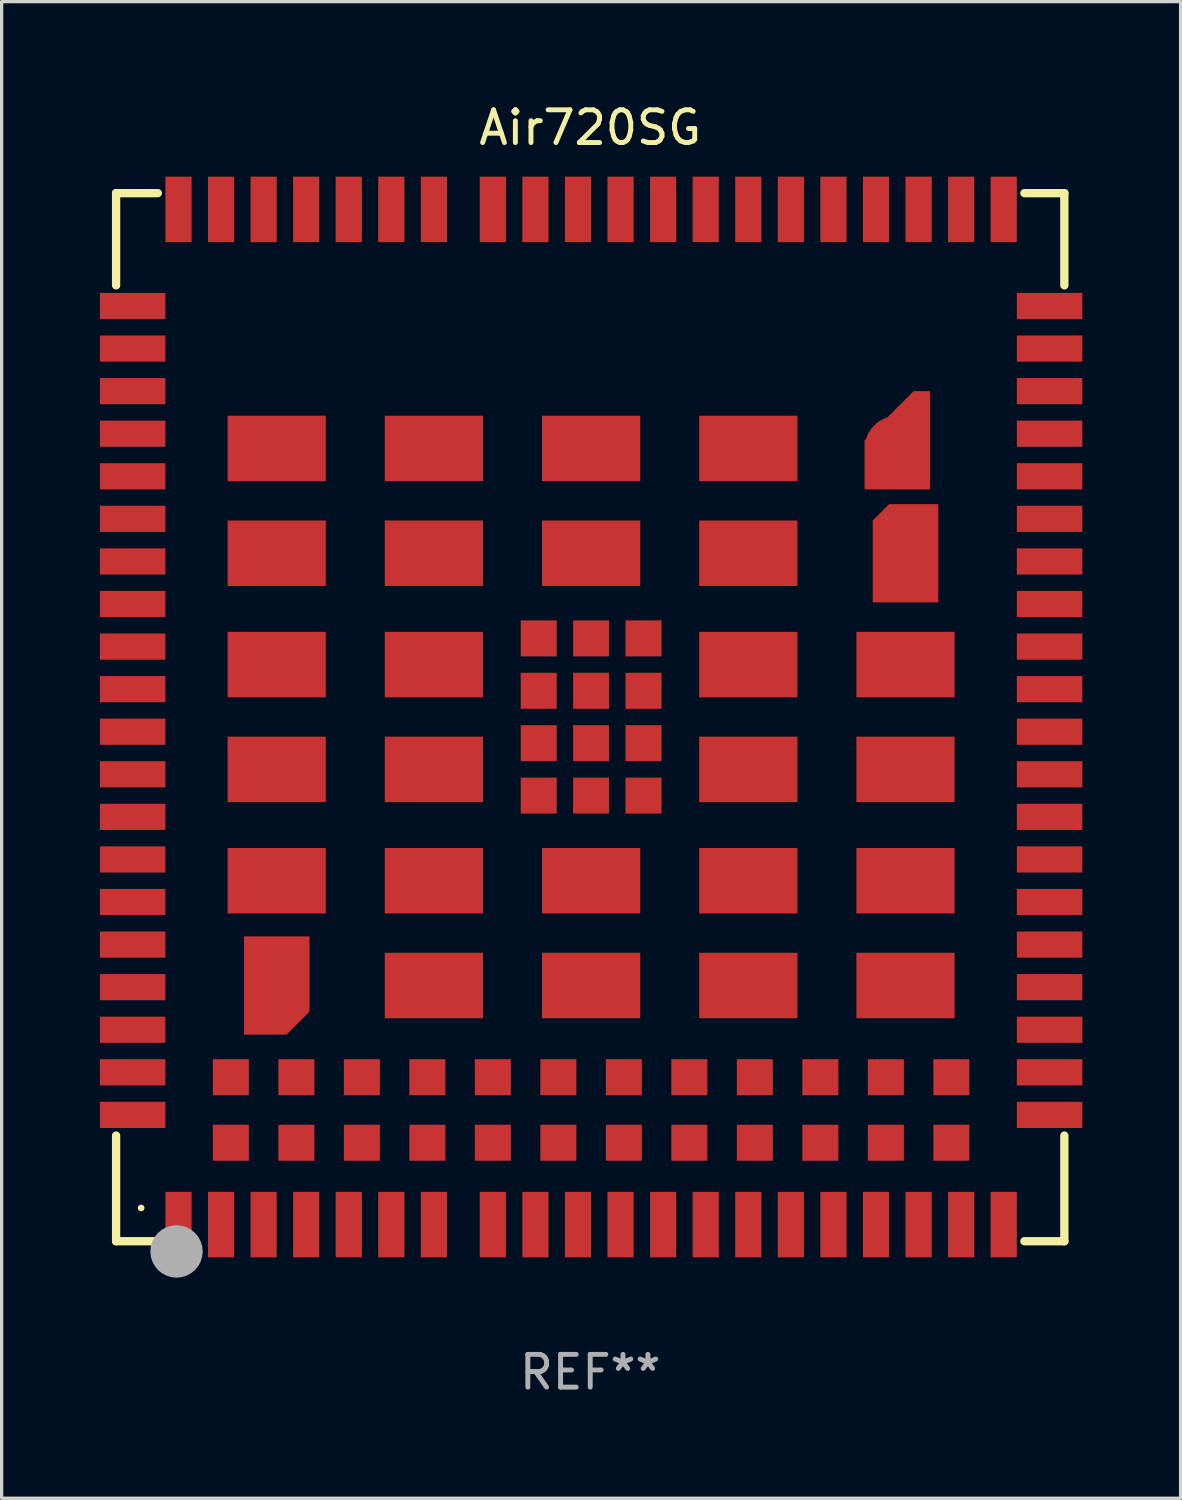
<source format=kicad_pcb>
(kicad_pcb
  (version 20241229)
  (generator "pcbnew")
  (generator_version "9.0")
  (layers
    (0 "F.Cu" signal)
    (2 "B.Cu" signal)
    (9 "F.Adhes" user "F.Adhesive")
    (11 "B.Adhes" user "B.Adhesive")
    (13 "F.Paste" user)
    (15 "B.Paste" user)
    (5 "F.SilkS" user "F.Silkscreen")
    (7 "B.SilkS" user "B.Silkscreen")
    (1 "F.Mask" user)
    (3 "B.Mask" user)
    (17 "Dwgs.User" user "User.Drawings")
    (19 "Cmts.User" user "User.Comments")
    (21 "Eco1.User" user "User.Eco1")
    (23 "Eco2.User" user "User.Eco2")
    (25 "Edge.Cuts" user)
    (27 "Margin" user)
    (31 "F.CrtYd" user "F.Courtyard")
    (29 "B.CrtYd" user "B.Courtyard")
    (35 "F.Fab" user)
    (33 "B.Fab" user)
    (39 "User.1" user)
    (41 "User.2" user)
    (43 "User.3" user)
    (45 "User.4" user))
  (footprint "Air720SG"
    (layer "F.Cu")
    (at 14.973 18.85)
    (property "Reference" "Air720SG" (at 0 -18.002 0) (layer "F.SilkS") (effects (font (size 1 1) (thickness 0.15))))
    (attr through_hole)
    (fp_line (start -14.478 -16.002) (end -13.204 -16.002) (stroke (width 0.254) (type solid)) (layer "F.SilkS"))
    (fp_line (start -14.478 -13.187) (end -14.478 -16.002) (stroke (width 0.254) (type solid)) (layer "F.SilkS"))
    (fp_line (start -14.478 16.002) (end -14.478 12.775) (stroke (width 0.254) (type solid)) (layer "F.SilkS"))
    (fp_line (start -13.204 16.002) (end -14.478 16.002) (stroke (width 0.254) (type solid)) (layer "F.SilkS"))
    (fp_line (start 13.258 -16.002) (end 14.478 -16.002) (stroke (width 0.254) (type solid)) (layer "F.SilkS"))
    (fp_line (start 14.478 -16.002) (end 14.478 -13.187) (stroke (width 0.254) (type solid)) (layer "F.SilkS"))
    (fp_line (start 14.478 12.775) (end 14.478 16.002) (stroke (width 0.254) (type solid)) (layer "F.SilkS"))
    (fp_line (start 14.478 16.002) (end 13.258 16.002) (stroke (width 0.254) (type solid)) (layer "F.SilkS"))
    (fp_arc (start -13.716027 14.986055) (mid -13.713221 14.98604) (end -13.710414 14.986055) (stroke (width 0.199898) (type solid)) (layer "F.SilkS"))
    (fp_circle (center -14.473 15.994) (end -14.443 15.994) (stroke (width 0.06) (type solid)) (fill no) (layer "F.SilkS"))
    (fp_circle (center -12.633 16.314) (end -12.233 16.314) (stroke (width 0.8) (type solid)) (fill no) (layer "F.Fab"))
    (fp_text user "REF**" (at 0 20.002 0) (layer "F.Fab") (effects (font (size 1 1) (thickness 0.15))))
    (pad "1" smd rect (at -12.573 15.494 90) (size 2 0.8) (layers "F.Cu" "F.Mask" "F.Paste"))
    (pad "2" smd rect (at -11.273 15.494 90) (size 2 0.8) (layers "F.Cu" "F.Mask" "F.Paste"))
    (pad "3" smd rect (at -9.973 15.494 90) (size 2 0.8) (layers "F.Cu" "F.Mask" "F.Paste"))
    (pad "4" smd rect (at -8.673 15.494 90) (size 2 0.8) (layers "F.Cu" "F.Mask" "F.Paste"))
    (pad "5" smd rect (at -7.373 15.494 90) (size 2 0.8) (layers "F.Cu" "F.Mask" "F.Paste"))
    (pad "6" smd rect (at -6.073 15.494 90) (size 2 0.8) (layers "F.Cu" "F.Mask" "F.Paste"))
    (pad "7" smd rect (at -4.773 15.494 90) (size 2 0.8) (layers "F.Cu" "F.Mask" "F.Paste"))
    (pad "8" smd rect (at -0.373 15.494 90) (size 2 0.8) (layers "F.Cu" "F.Mask" "F.Paste"))
    (pad "9" smd rect (at 0.927 15.494 90) (size 2 0.8) (layers "F.Cu" "F.Mask" "F.Paste"))
    (pad "10" smd rect (at 2.227 15.494 90) (size 2 0.8) (layers "F.Cu" "F.Mask" "F.Paste"))
    (pad "11" smd rect (at 3.527 15.494 90) (size 2 0.8) (layers "F.Cu" "F.Mask" "F.Paste"))
    (pad "12" smd rect (at 4.827 15.494 90) (size 2 0.8) (layers "F.Cu" "F.Mask" "F.Paste"))
    (pad "13" smd rect (at 6.127 15.494 90) (size 2 0.8) (layers "F.Cu" "F.Mask" "F.Paste"))
    (pad "14" smd rect (at 7.427 15.494 90) (size 2 0.8) (layers "F.Cu" "F.Mask" "F.Paste"))
    (pad "15" smd rect (at 8.727 15.494 90) (size 2 0.8) (layers "F.Cu" "F.Mask" "F.Paste"))
    (pad "16" smd rect (at 10.027 15.494 90) (size 2 0.8) (layers "F.Cu" "F.Mask" "F.Paste"))
    (pad "17" smd rect (at 11.327 15.494 90) (size 2 0.8) (layers "F.Cu" "F.Mask" "F.Paste"))
    (pad "18" smd rect (at 12.627 15.494 90) (size 2 0.8) (layers "F.Cu" "F.Mask" "F.Paste"))
    (pad "19" smd rect (at 14.027 9.544 180) (size 2 0.8) (layers "F.Cu" "F.Mask" "F.Paste"))
    (pad "20" smd rect (at 14.027 8.244 180) (size 2 0.8) (layers "F.Cu" "F.Mask" "F.Paste"))
    (pad "21" smd rect (at 14.027 6.944 180) (size 2 0.8) (layers "F.Cu" "F.Mask" "F.Paste"))
    (pad "22" smd rect (at 14.027 5.644 180) (size 2 0.8) (layers "F.Cu" "F.Mask" "F.Paste"))
    (pad "23" smd rect (at 14.027 4.344 180) (size 2 0.8) (layers "F.Cu" "F.Mask" "F.Paste"))
    (pad "24" smd rect (at 14.027 3.044 180) (size 2 0.8) (layers "F.Cu" "F.Mask" "F.Paste"))
    (pad "25" smd rect (at 14.027 1.744 180) (size 2 0.8) (layers "F.Cu" "F.Mask" "F.Paste"))
    (pad "26" smd rect (at 14.027 0.444 180) (size 2 0.8) (layers "F.Cu" "F.Mask" "F.Paste"))
    (pad "27" smd rect (at 14.027 -0.856 180) (size 2 0.8) (layers "F.Cu" "F.Mask" "F.Paste"))
    (pad "28" smd rect (at 14.027 -2.156 180) (size 2 0.8) (layers "F.Cu" "F.Mask" "F.Paste"))
    (pad "29" smd rect (at 14.027 -3.456 180) (size 2 0.8) (layers "F.Cu" "F.Mask" "F.Paste"))
    (pad "30" smd rect (at 14.027 -4.756 180) (size 2 0.8) (layers "F.Cu" "F.Mask" "F.Paste"))
    (pad "31" smd rect (at 14.027 -6.056 180) (size 2 0.8) (layers "F.Cu" "F.Mask" "F.Paste"))
    (pad "32" smd rect (at 14.027 -7.356 180) (size 2 0.8) (layers "F.Cu" "F.Mask" "F.Paste"))
    (pad "33" smd rect (at 14.027 -8.656 180) (size 2 0.8) (layers "F.Cu" "F.Mask" "F.Paste"))
    (pad "34" smd rect (at 14.027 -9.956 180) (size 2 0.8) (layers "F.Cu" "F.Mask" "F.Paste"))
    (pad "35" smd rect (at 14.027 -11.256 180) (size 2 0.8) (layers "F.Cu" "F.Mask" "F.Paste"))
    (pad "36" smd rect (at 14.027 -12.556 180) (size 2 0.8) (layers "F.Cu" "F.Mask" "F.Paste"))
    (pad "37" smd rect (at 12.627 -15.506 90) (size 2 0.8) (layers "F.Cu" "F.Mask" "F.Paste"))
    (pad "38" smd rect (at 11.327 -15.506 90) (size 2 0.8) (layers "F.Cu" "F.Mask" "F.Paste"))
    (pad "39" smd rect (at 10.027 -15.506 90) (size 2 0.8) (layers "F.Cu" "F.Mask" "F.Paste"))
    (pad "40" smd rect (at 8.727 -15.506 90) (size 2 0.8) (layers "F.Cu" "F.Mask" "F.Paste"))
    (pad "41" smd rect (at 7.427 -15.506 90) (size 2 0.8) (layers "F.Cu" "F.Mask" "F.Paste"))
    (pad "42" smd rect (at 6.127 -15.506 90) (size 2 0.8) (layers "F.Cu" "F.Mask" "F.Paste"))
    (pad "43" smd rect (at 4.827 -15.506 90) (size 2 0.8) (layers "F.Cu" "F.Mask" "F.Paste"))
    (pad "44" smd rect (at 3.527 -15.506 90) (size 2 0.8) (layers "F.Cu" "F.Mask" "F.Paste"))
    (pad "45" smd rect (at 2.227 -15.506 90) (size 2 0.8) (layers "F.Cu" "F.Mask" "F.Paste"))
    (pad "46" smd rect (at 0.927 -15.506 90) (size 2 0.8) (layers "F.Cu" "F.Mask" "F.Paste"))
    (pad "47" smd rect (at -0.373 -15.506 90) (size 2 0.8) (layers "F.Cu" "F.Mask" "F.Paste"))
    (pad "48" smd rect (at -4.773 -15.506 90) (size 2 0.8) (layers "F.Cu" "F.Mask" "F.Paste"))
    (pad "49" smd rect (at -6.073 -15.506 90) (size 2 0.8) (layers "F.Cu" "F.Mask" "F.Paste"))
    (pad "50" smd rect (at -7.373 -15.506 90) (size 2 0.8) (layers "F.Cu" "F.Mask" "F.Paste"))
    (pad "51" smd rect (at -8.673 -15.506 90) (size 2 0.8) (layers "F.Cu" "F.Mask" "F.Paste"))
    (pad "52" smd rect (at -9.973 -15.506 90) (size 2 0.8) (layers "F.Cu" "F.Mask" "F.Paste"))
    (pad "53" smd rect (at -11.273 -15.506 90) (size 2 0.8) (layers "F.Cu" "F.Mask" "F.Paste"))
    (pad "54" smd rect (at -12.573 -15.506 90) (size 2 0.8) (layers "F.Cu" "F.Mask" "F.Paste"))
    (pad "55" smd rect (at -13.973 -12.556 180) (size 2 0.8) (layers "F.Cu" "F.Mask" "F.Paste"))
    (pad "56" smd rect (at -13.973 -11.256 180) (size 2 0.8) (layers "F.Cu" "F.Mask" "F.Paste"))
    (pad "57" smd rect (at -13.973 -9.956 180) (size 2 0.8) (layers "F.Cu" "F.Mask" "F.Paste"))
    (pad "58" smd rect (at -13.973 -8.656 180) (size 2 0.8) (layers "F.Cu" "F.Mask" "F.Paste"))
    (pad "59" smd rect (at -13.973 -7.356 180) (size 2 0.8) (layers "F.Cu" "F.Mask" "F.Paste"))
    (pad "60" smd rect (at -13.973 -6.056 180) (size 2 0.8) (layers "F.Cu" "F.Mask" "F.Paste"))
    (pad "61" smd rect (at -13.973 -4.756 180) (size 2 0.8) (layers "F.Cu" "F.Mask" "F.Paste"))
    (pad "62" smd rect (at -13.973 -3.456 180) (size 2 0.8) (layers "F.Cu" "F.Mask" "F.Paste"))
    (pad "63" smd rect (at -13.973 -2.156 180) (size 2 0.8) (layers "F.Cu" "F.Mask" "F.Paste"))
    (pad "64" smd rect (at -13.973 -0.856 180) (size 2 0.8) (layers "F.Cu" "F.Mask" "F.Paste"))
    (pad "65" smd rect (at -13.973 0.444 180) (size 2 0.8) (layers "F.Cu" "F.Mask" "F.Paste"))
    (pad "66" smd rect (at -13.973 1.744 180) (size 2 0.8) (layers "F.Cu" "F.Mask" "F.Paste"))
    (pad "67" smd rect (at -13.973 3.044 180) (size 2 0.8) (layers "F.Cu" "F.Mask" "F.Paste"))
    (pad "68" smd rect (at -13.973 4.344 180) (size 2 0.8) (layers "F.Cu" "F.Mask" "F.Paste"))
    (pad "69" smd rect (at -13.973 5.644 180) (size 2 0.8) (layers "F.Cu" "F.Mask" "F.Paste"))
    (pad "70" smd rect (at -13.973 6.944 180) (size 2 0.8) (layers "F.Cu" "F.Mask" "F.Paste"))
    (pad "71" smd rect (at -13.973 8.244 180) (size 2 0.8) (layers "F.Cu" "F.Mask" "F.Paste"))
    (pad "72" smd rect (at -13.973 9.544 180) (size 2 0.8) (layers "F.Cu" "F.Mask" "F.Paste"))
    (pad "73" smd rect (at -1.573 -2.406 90) (size 1.1 1.1) (layers "F.Cu" "F.Mask" "F.Paste"))
    (pad "74" smd rect (at 0.027 -2.406 90) (size 1.1 1.1) (layers "F.Cu" "F.Mask" "F.Paste"))
    (pad "75" smd rect (at 1.627 -2.406 90) (size 1.1 1.1) (layers "F.Cu" "F.Mask" "F.Paste"))
    (pad "76" smd rect (at -1.573 -0.806 90) (size 1.1 1.1) (layers "F.Cu" "F.Mask" "F.Paste"))
    (pad "77" smd rect (at 0.027 -0.806 90) (size 1.1 1.1) (layers "F.Cu" "F.Mask" "F.Paste"))
    (pad "78" smd rect (at 1.627 -0.806 90) (size 1.1 1.1) (layers "F.Cu" "F.Mask" "F.Paste"))
    (pad "79" smd rect (at -1.573 0.794 90) (size 1.1 1.1) (layers "F.Cu" "F.Mask" "F.Paste"))
    (pad "80" smd rect (at 0.027 0.794 90) (size 1.1 1.1) (layers "F.Cu" "F.Mask" "F.Paste"))
    (pad "81" smd rect (at 1.627 0.794 90) (size 1.1 1.1) (layers "F.Cu" "F.Mask" "F.Paste"))
    (pad "82" smd rect (at -1.573 2.394 90) (size 1.1 1.1) (layers "F.Cu" "F.Mask" "F.Paste"))
    (pad "83" smd rect (at 0.027 2.394 90) (size 1.1 1.1) (layers "F.Cu" "F.Mask" "F.Paste"))
    (pad "84" smd rect (at 1.627 2.394 90) (size 1.1 1.1) (layers "F.Cu" "F.Mask" "F.Paste"))
    (pad "85" smd rect (at -9.573 -8.206 180) (size 3 2) (layers "F.Cu" "F.Mask" "F.Paste"))
    (pad "86" smd rect (at -4.773 -8.206 180) (size 3 2) (layers "F.Cu" "F.Mask" "F.Paste"))
    (pad "87" smd rect (at 0.027 -8.206 180) (size 3 2) (layers "F.Cu" "F.Mask" "F.Paste"))
    (pad "88" smd rect (at 4.827 -8.206 180) (size 3 2) (layers "F.Cu" "F.Mask" "F.Paste"))
    (pad "89" smd custom (at 9.377 -8.206 90) (size 2 3) (layers "F.Cu" "F.Mask" "F.Paste") (options (anchor circle)) (primitives (gr_poly (pts (xy -1.25 1) (xy -1.25 -1) (xy 0.25 -1) (xy 1.75 0.5) (xy 1.75 1)) (width 0) (fill yes))))
    (pad "90" smd rect (at -9.573 -5.006 180) (size 3 2) (layers "F.Cu" "F.Mask" "F.Paste"))
    (pad "91" smd rect (at -4.773 -5.006 180) (size 3 2) (layers "F.Cu" "F.Mask" "F.Paste"))
    (pad "92" smd rect (at 0.027 -5.006 180) (size 3 2) (layers "F.Cu" "F.Mask" "F.Paste"))
    (pad "93" smd rect (at 4.827 -5.006 180) (size 3 2) (layers "F.Cu" "F.Mask" "F.Paste"))
    (pad "94" smd custom (at 9.627 -5.006 90) (size 2 3) (layers "F.Cu" "F.Mask" "F.Paste") (options (anchor circle)) (primitives (gr_poly (pts (xy -1.5 1) (xy -1.5 -1) (xy 1 -1) (xy 1.5 -0.5) (xy 1.5 1)) (width 0) (fill yes))))
    (pad "95" smd rect (at -9.573 -1.606 180) (size 3 2) (layers "F.Cu" "F.Mask" "F.Paste"))
    (pad "96" smd rect (at -4.773 -1.606 180) (size 3 2) (layers "F.Cu" "F.Mask" "F.Paste"))
    (pad "97" smd rect (at 4.827 -1.606 180) (size 3 2) (layers "F.Cu" "F.Mask" "F.Paste"))
    (pad "98" smd rect (at 9.627 -1.606 180) (size 3 2) (layers "F.Cu" "F.Mask" "F.Paste"))
    (pad "99" smd rect (at -9.573 1.594 180) (size 3 2) (layers "F.Cu" "F.Mask" "F.Paste"))
    (pad "100" smd rect (at -4.773 1.594 180) (size 3 2) (layers "F.Cu" "F.Mask" "F.Paste"))
    (pad "101" smd rect (at 4.827 1.594 180) (size 3 2) (layers "F.Cu" "F.Mask" "F.Paste"))
    (pad "102" smd rect (at 9.627 1.594 180) (size 3 2) (layers "F.Cu" "F.Mask" "F.Paste"))
    (pad "103" smd rect (at -9.573 4.994 180) (size 3 2) (layers "F.Cu" "F.Mask" "F.Paste"))
    (pad "104" smd rect (at -4.773 4.994 180) (size 3 2) (layers "F.Cu" "F.Mask" "F.Paste"))
    (pad "105" smd rect (at 0.027 4.994 180) (size 3 2) (layers "F.Cu" "F.Mask" "F.Paste"))
    (pad "106" smd rect (at 4.827 4.994 180) (size 3 2) (layers "F.Cu" "F.Mask" "F.Paste"))
    (pad "107" smd rect (at 9.627 4.994 180) (size 3 2) (layers "F.Cu" "F.Mask" "F.Paste"))
    (pad "108" smd custom (at -9.573 8.194 90) (size 2 3) (layers "F.Cu" "F.Mask" "F.Paste") (options (anchor circle)) (primitives (gr_poly (pts (xy -1.5 0.3) (xy -0.8 1) (xy 1.5 1) (xy 1.5 -1) (xy -1.5 -1)) (width 0) (fill yes))))
    (pad "109" smd rect (at -4.773 8.194 180) (size 3 2) (layers "F.Cu" "F.Mask" "F.Paste"))
    (pad "110" smd rect (at 0.027 8.194 180) (size 3 2) (layers "F.Cu" "F.Mask" "F.Paste"))
    (pad "111" smd rect (at 4.827 8.194 180) (size 3 2) (layers "F.Cu" "F.Mask" "F.Paste"))
    (pad "112" smd rect (at 9.627 8.194 180) (size 3 2) (layers "F.Cu" "F.Mask" "F.Paste"))
    (pad "113" smd rect (at -13.973 10.844 180) (size 2 0.8) (layers "F.Cu" "F.Mask" "F.Paste"))
    (pad "114" smd rect (at -13.973 12.144 180) (size 2 0.8) (layers "F.Cu" "F.Mask" "F.Paste"))
    (pad "115" smd rect (at 14.027 10.844 180) (size 2 0.8) (layers "F.Cu" "F.Mask" "F.Paste"))
    (pad "116" smd rect (at 14.027 12.144 180) (size 2 0.8) (layers "F.Cu" "F.Mask" "F.Paste"))
    (pad "117" smd rect (at -10.973 10.994 90) (size 1.1 1.1) (layers "F.Cu" "F.Mask" "F.Paste"))
    (pad "118" smd rect (at -8.973 10.994 90) (size 1.1 1.1) (layers "F.Cu" "F.Mask" "F.Paste"))
    (pad "119" smd rect (at -6.973 10.994 90) (size 1.1 1.1) (layers "F.Cu" "F.Mask" "F.Paste"))
    (pad "120" smd rect (at -4.973 10.994 90) (size 1.1 1.1) (layers "F.Cu" "F.Mask" "F.Paste"))
    (pad "121" smd rect (at -2.973 10.994 90) (size 1.1 1.1) (layers "F.Cu" "F.Mask" "F.Paste"))
    (pad "122" smd rect (at -0.973 10.994 90) (size 1.1 1.1) (layers "F.Cu" "F.Mask" "F.Paste"))
    (pad "123" smd rect (at 1.027 10.994 90) (size 1.1 1.1) (layers "F.Cu" "F.Mask" "F.Paste"))
    (pad "124" smd rect (at 3.027 10.994 90) (size 1.1 1.1) (layers "F.Cu" "F.Mask" "F.Paste"))
    (pad "125" smd rect (at 5.027 10.994 90) (size 1.1 1.1) (layers "F.Cu" "F.Mask" "F.Paste"))
    (pad "126" smd rect (at 7.027 10.994 90) (size 1.1 1.1) (layers "F.Cu" "F.Mask" "F.Paste"))
    (pad "127" smd rect (at 9.027 10.994 90) (size 1.1 1.1) (layers "F.Cu" "F.Mask" "F.Paste"))
    (pad "128" smd rect (at 11.027 10.994 90) (size 1.1 1.1) (layers "F.Cu" "F.Mask" "F.Paste"))
    (pad "129" smd rect (at -10.973 12.994 90) (size 1.1 1.1) (layers "F.Cu" "F.Mask" "F.Paste"))
    (pad "130" smd rect (at -8.973 12.994 90) (size 1.1 1.1) (layers "F.Cu" "F.Mask" "F.Paste"))
    (pad "131" smd rect (at -6.973 12.994 90) (size 1.1 1.1) (layers "F.Cu" "F.Mask" "F.Paste"))
    (pad "132" smd rect (at -4.973 12.994 90) (size 1.1 1.1) (layers "F.Cu" "F.Mask" "F.Paste"))
    (pad "133" smd rect (at -2.973 12.994 90) (size 1.1 1.1) (layers "F.Cu" "F.Mask" "F.Paste"))
    (pad "134" smd rect (at -0.973 12.994 90) (size 1.1 1.1) (layers "F.Cu" "F.Mask" "F.Paste"))
    (pad "135" smd rect (at 1.027 12.994 90) (size 1.1 1.1) (layers "F.Cu" "F.Mask" "F.Paste"))
    (pad "136" smd rect (at 3.027 12.994 90) (size 1.1 1.1) (layers "F.Cu" "F.Mask" "F.Paste"))
    (pad "137" smd rect (at 5.027 12.994 90) (size 1.1 1.1) (layers "F.Cu" "F.Mask" "F.Paste"))
    (pad "138" smd rect (at 7.027 12.994 90) (size 1.1 1.1) (layers "F.Cu" "F.Mask" "F.Paste"))
    (pad "139" smd rect (at 9.027 12.994 90) (size 1.1 1.1) (layers "F.Cu" "F.Mask" "F.Paste"))
    (pad "140" smd rect (at 11.027 12.994 90) (size 1.1 1.1) (layers "F.Cu" "F.Mask" "F.Paste"))
    (pad "141" smd rect (at -2.973 15.494 90) (size 2 0.8) (layers "F.Cu" "F.Mask" "F.Paste"))
    (pad "142" smd rect (at -1.673 15.494 90) (size 2 0.8) (layers "F.Cu" "F.Mask" "F.Paste"))
    (pad "143" smd rect (at -1.673 -15.506 90) (size 2 0.8) (layers "F.Cu" "F.Mask" "F.Paste"))
    (pad "144" smd rect (at -2.973 -15.506 90) (size 2 0.8) (layers "F.Cu" "F.Mask" "F.Paste")))
  (gr_rect
    (start -3 -3)
    (end 33 42.701)
    (stroke (width 0.1) (type default))
    (fill no)
    (layer "Edge.Cuts")))
</source>
